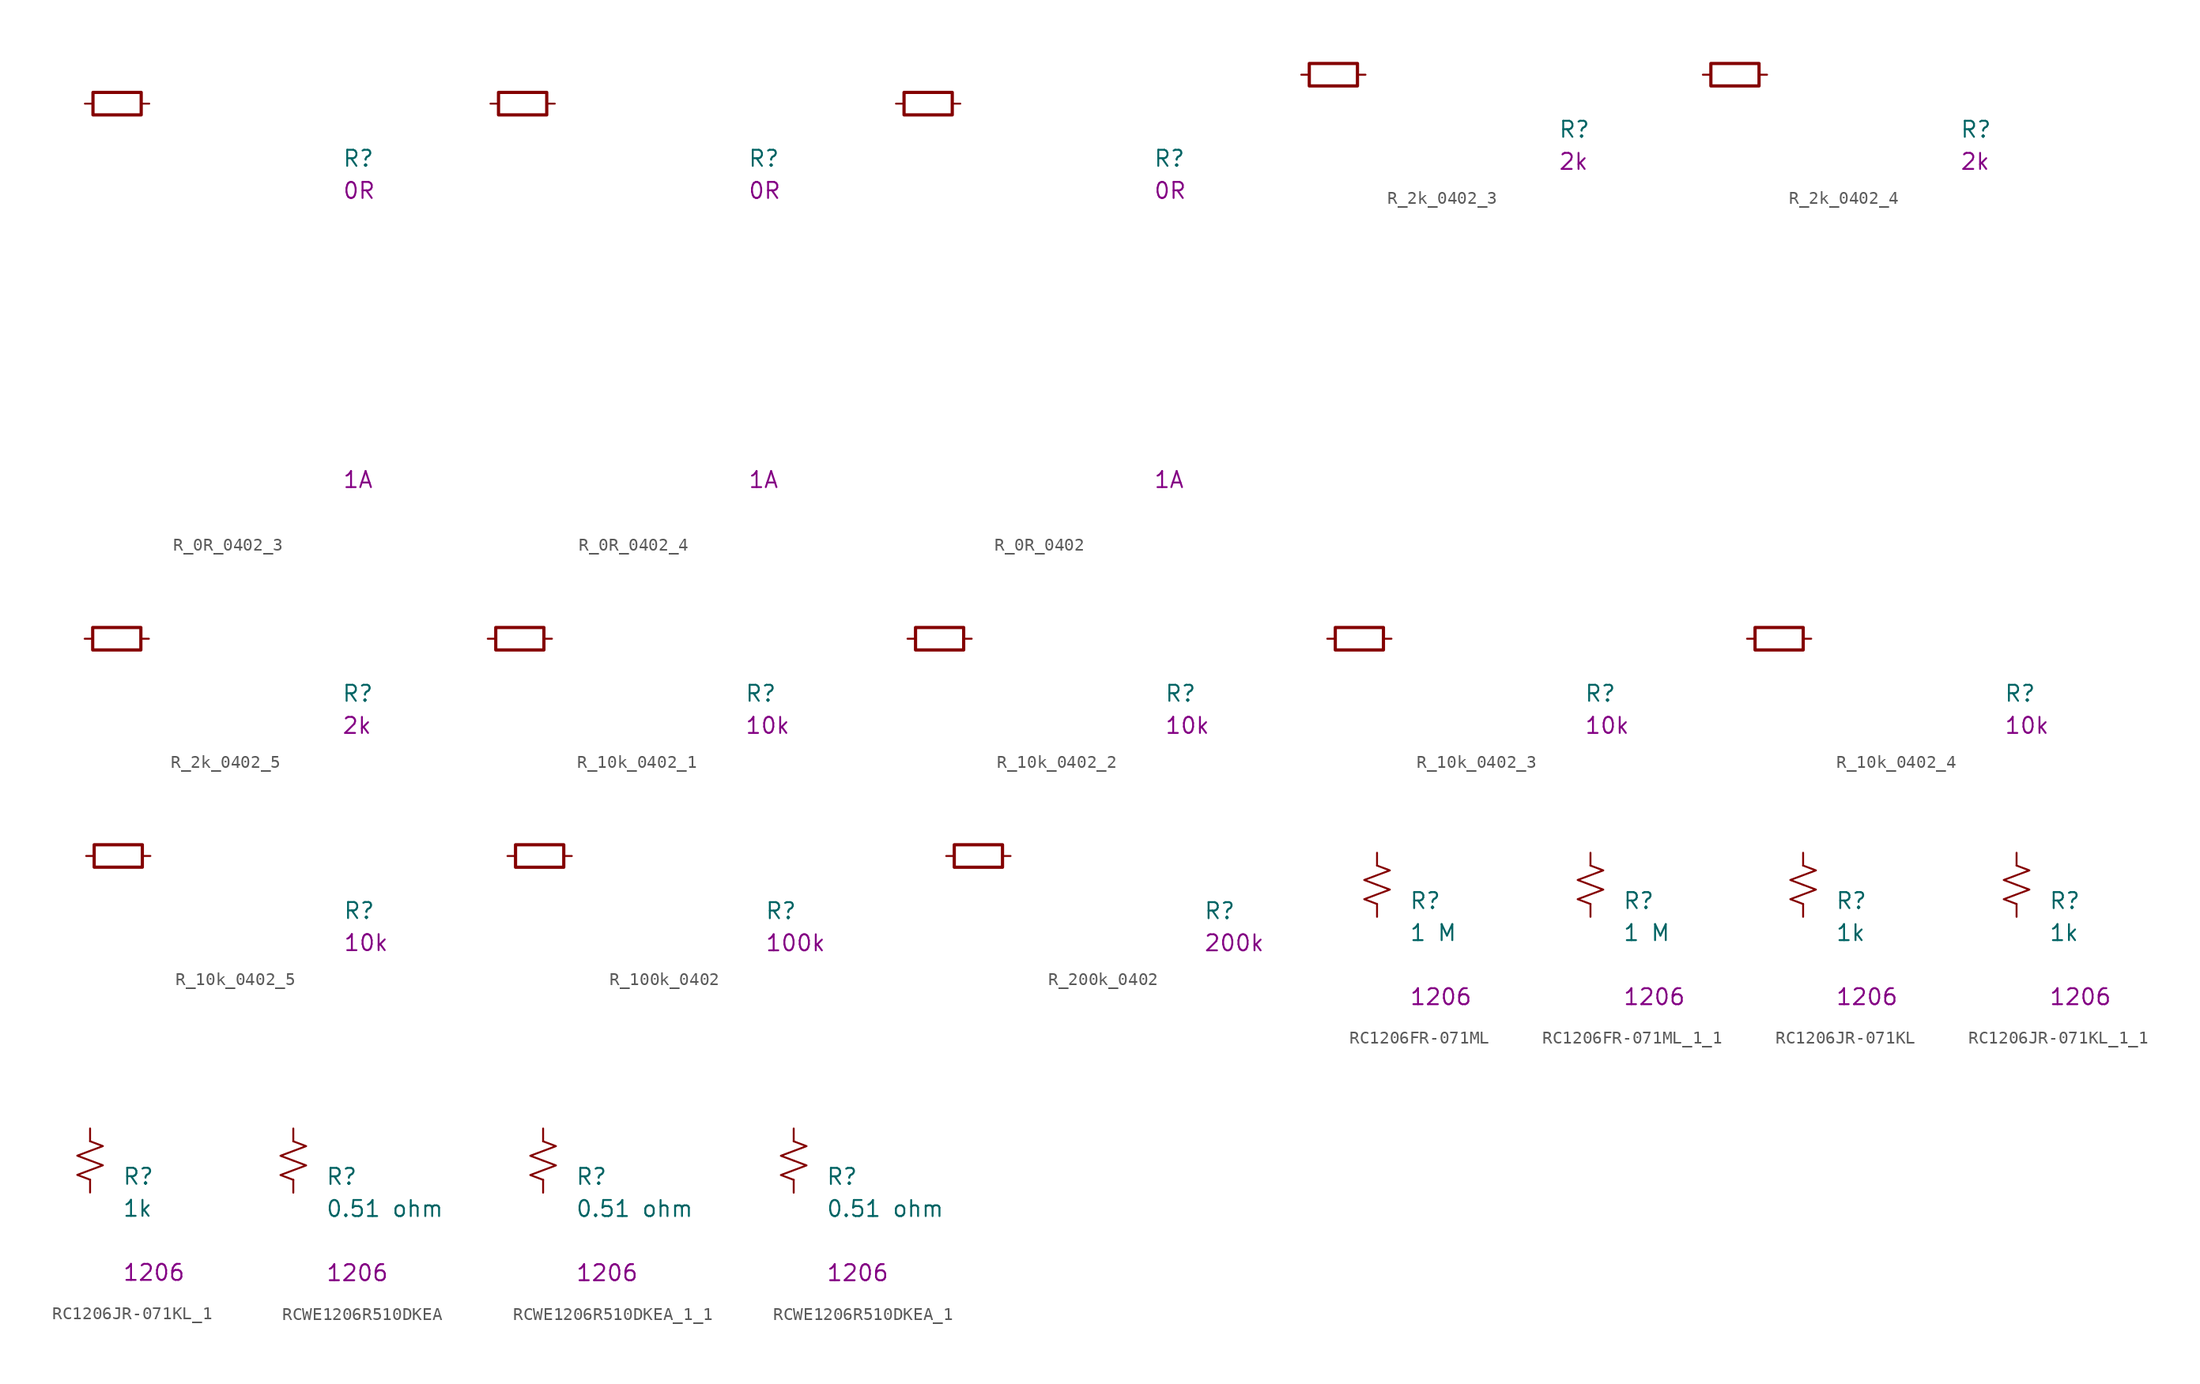
<source format=kicad_sym>
(kicad_symbol_lib
  (version 20231120)
  (generator "kicad_symbol_editor")
  (generator_version "8.0")
  (symbol "R_0R_0402_3"
    (pin_numbers hide)
    (pin_names hide)
    (property "Reference" "R"
      (at 20.32 -5.08 0)
      (effects (font (size 1.27 1.27) (thickness 0.15)) (justify left bottom)))
    (property "Val" "0R"
      (at 20.32 -7.62 0)
      (effects (font (size 1.27 1.27) (thickness 0.15)) (justify left bottom)))
    (property "Current" "1A"
      (at 20.32 -30.48 0)
      (effects (font (size 1.27 1.27) (thickness 0.15)) (justify left bottom)))
    (symbol "R_0R_0402_3_0_1"
      (rectangle (start 0.635 0.889) (end 4.445 -0.889) (stroke (width 0.254) (type default)) (fill (type none))))
    (symbol "R_0R_0402_3_1_1"
      (pin passive line (at 0 0 0) (length 0.635) (name "~" (effects (font (size 1.27 1.27)))) (number "1" (effects (font (size 1.27 1.27)))))
      (pin passive line (at 5.08 0 180) (length 0.635) (name "~" (effects (font (size 1.27 1.27)))) (number "2" (effects (font (size 1.27 1.27)))))))
  (symbol "R_0R_0402_4"
    (pin_numbers hide)
    (pin_names hide)
    (property "Reference" "R"
      (at 20.32 -5.08 0)
      (effects (font (size 1.27 1.27) (thickness 0.15)) (justify left bottom)))
    (property "Val" "0R"
      (at 20.32 -7.62 0)
      (effects (font (size 1.27 1.27) (thickness 0.15)) (justify left bottom)))
    (property "Current" "1A"
      (at 20.32 -30.48 0)
      (effects (font (size 1.27 1.27) (thickness 0.15)) (justify left bottom)))
    (symbol "R_0R_0402_4_0_1"
      (rectangle (start 0.635 0.889) (end 4.445 -0.889) (stroke (width 0.254) (type default)) (fill (type none))))
    (symbol "R_0R_0402_4_1_1"
      (pin passive line (at 0 0 0) (length 0.635) (name "~" (effects (font (size 1.27 1.27)))) (number "1" (effects (font (size 1.27 1.27)))))
      (pin passive line (at 5.08 0 180) (length 0.635) (name "~" (effects (font (size 1.27 1.27)))) (number "2" (effects (font (size 1.27 1.27)))))))
  (symbol "R_0R_0402"
    (pin_numbers hide)
    (pin_names hide)
    (property "Reference" "R"
      (at 20.32 -5.08 0)
      (effects (font (size 1.27 1.27) (thickness 0.15)) (justify left bottom)))
    (property "Val" "0R"
      (at 20.32 -7.62 0)
      (effects (font (size 1.27 1.27) (thickness 0.15)) (justify left bottom)))
    (property "Current" "1A"
      (at 20.32 -30.48 0)
      (effects (font (size 1.27 1.27) (thickness 0.15)) (justify left bottom)))
    (symbol "R_0R_0402_0_1"
      (rectangle (start 0.635 0.889) (end 4.445 -0.889) (stroke (width 0.254) (type default)) (fill (type none))))
    (symbol "R_0R_0402_1_1"
      (pin passive line (at 0 0 0) (length 0.635) (name "~" (effects (font (size 1.27 1.27)))) (number "1" (effects (font (size 1.27 1.27)))))
      (pin passive line (at 5.08 0 180) (length 0.635) (name "~" (effects (font (size 1.27 1.27)))) (number "2" (effects (font (size 1.27 1.27)))))))
  (symbol "R_2k_0402_3"
    (pin_numbers hide)
    (pin_names hide)
    (property "Reference" "R"
      (at 20.32 -5.08 0)
      (effects (font (size 1.27 1.27) (thickness 0.15)) (justify left bottom)))
    (property "Val" "2k"
      (at 20.32 -7.62 0)
      (effects (font (size 1.27 1.27) (thickness 0.15)) (justify left bottom)))
    (symbol "R_2k_0402_3_0_1"
      (rectangle (start 0.635 0.889) (end 4.445 -0.889) (stroke (width 0.254) (type default)) (fill (type none))))
    (symbol "R_2k_0402_3_1_1"
      (pin passive line (at 0 0 0) (length 0.635) (name "~" (effects (font (size 1.27 1.27)))) (number "1" (effects (font (size 1.27 1.27)))))
      (pin passive line (at 5.08 0 180) (length 0.635) (name "~" (effects (font (size 1.27 1.27)))) (number "2" (effects (font (size 1.27 1.27)))))))
  (symbol "R_2k_0402_4"
    (pin_numbers hide)
    (pin_names hide)
    (property "Reference" "R"
      (at 20.32 -5.08 0)
      (effects (font (size 1.27 1.27) (thickness 0.15)) (justify left bottom)))
    (property "Val" "2k"
      (at 20.32 -7.62 0)
      (effects (font (size 1.27 1.27) (thickness 0.15)) (justify left bottom)))
    (symbol "R_2k_0402_4_0_1"
      (rectangle (start 0.635 0.889) (end 4.445 -0.889) (stroke (width 0.254) (type default)) (fill (type none))))
    (symbol "R_2k_0402_4_1_1"
      (pin passive line (at 0 0 0) (length 0.635) (name "~" (effects (font (size 1.27 1.27)))) (number "1" (effects (font (size 1.27 1.27)))))
      (pin passive line (at 5.08 0 180) (length 0.635) (name "~" (effects (font (size 1.27 1.27)))) (number "2" (effects (font (size 1.27 1.27)))))))
  (symbol "R_2k_0402_5"
    (pin_numbers hide)
    (pin_names hide)
    (property "Reference" "R"
      (at 20.32 -5.08 0)
      (effects (font (size 1.27 1.27) (thickness 0.15)) (justify left bottom)))
    (property "Val" "2k"
      (at 20.32 -7.62 0)
      (effects (font (size 1.27 1.27) (thickness 0.15)) (justify left bottom)))
    (symbol "R_2k_0402_5_0_1"
      (rectangle (start 0.635 0.889) (end 4.445 -0.889) (stroke (width 0.254) (type default)) (fill (type none))))
    (symbol "R_2k_0402_5_1_1"
      (pin passive line (at 0 0 0) (length 0.635) (name "~" (effects (font (size 1.27 1.27)))) (number "1" (effects (font (size 1.27 1.27)))))
      (pin passive line (at 5.08 0 180) (length 0.635) (name "~" (effects (font (size 1.27 1.27)))) (number "2" (effects (font (size 1.27 1.27)))))))
  (symbol "R_10k_0402_1"
    (pin_numbers hide)
    (pin_names hide)
    (property "Reference" "R"
      (at 20.32 -5.08 0)
      (effects (font (size 1.27 1.27) (thickness 0.15)) (justify left bottom)))
    (property "Val" "10k"
      (at 20.32 -7.62 0)
      (effects (font (size 1.27 1.27) (thickness 0.15)) (justify left bottom)))
    (symbol "R_10k_0402_1_0_1"
      (rectangle (start 0.635 0.889) (end 4.445 -0.889) (stroke (width 0.254) (type default)) (fill (type none))))
    (symbol "R_10k_0402_1_1_1"
      (pin passive line (at 0 0 0) (length 0.635) (name "~" (effects (font (size 1.27 1.27)))) (number "1" (effects (font (size 1.27 1.27)))))
      (pin passive line (at 5.08 0 180) (length 0.635) (name "~" (effects (font (size 1.27 1.27)))) (number "2" (effects (font (size 1.27 1.27)))))))
  (symbol "R_10k_0402_2"
    (pin_numbers hide)
    (pin_names hide)
    (property "Reference" "R"
      (at 20.32 -5.08 0)
      (effects (font (size 1.27 1.27) (thickness 0.15)) (justify left bottom)))
    (property "Val" "10k"
      (at 20.32 -7.62 0)
      (effects (font (size 1.27 1.27) (thickness 0.15)) (justify left bottom)))
    (symbol "R_10k_0402_2_0_1"
      (rectangle (start 0.635 0.889) (end 4.445 -0.889) (stroke (width 0.254) (type default)) (fill (type none))))
    (symbol "R_10k_0402_2_1_1"
      (pin passive line (at 0 0 0) (length 0.635) (name "~" (effects (font (size 1.27 1.27)))) (number "1" (effects (font (size 1.27 1.27)))))
      (pin passive line (at 5.08 0 180) (length 0.635) (name "~" (effects (font (size 1.27 1.27)))) (number "2" (effects (font (size 1.27 1.27)))))))
  (symbol "R_10k_0402_3"
    (pin_numbers hide)
    (pin_names hide)
    (property "Reference" "R"
      (at 20.32 -5.08 0)
      (effects (font (size 1.27 1.27) (thickness 0.15)) (justify left bottom)))
    (property "Val" "10k"
      (at 20.32 -7.62 0)
      (effects (font (size 1.27 1.27) (thickness 0.15)) (justify left bottom)))
    (symbol "R_10k_0402_3_0_1"
      (rectangle (start 0.635 0.889) (end 4.445 -0.889) (stroke (width 0.254) (type default)) (fill (type none))))
    (symbol "R_10k_0402_3_1_1"
      (pin passive line (at 0 0 0) (length 0.635) (name "~" (effects (font (size 1.27 1.27)))) (number "1" (effects (font (size 1.27 1.27)))))
      (pin passive line (at 5.08 0 180) (length 0.635) (name "~" (effects (font (size 1.27 1.27)))) (number "2" (effects (font (size 1.27 1.27)))))))
  (symbol "R_10k_0402_4"
    (pin_numbers hide)
    (pin_names hide)
    (property "Reference" "R"
      (at 20.32 -5.08 0)
      (effects (font (size 1.27 1.27) (thickness 0.15)) (justify left bottom)))
    (property "Val" "10k"
      (at 20.32 -7.62 0)
      (effects (font (size 1.27 1.27) (thickness 0.15)) (justify left bottom)))
    (symbol "R_10k_0402_4_0_1"
      (rectangle (start 0.635 0.889) (end 4.445 -0.889) (stroke (width 0.254) (type default)) (fill (type none))))
    (symbol "R_10k_0402_4_1_1"
      (pin passive line (at 0 0 0) (length 0.635) (name "~" (effects (font (size 1.27 1.27)))) (number "1" (effects (font (size 1.27 1.27)))))
      (pin passive line (at 5.08 0 180) (length 0.635) (name "~" (effects (font (size 1.27 1.27)))) (number "2" (effects (font (size 1.27 1.27)))))))
  (symbol "R_10k_0402_5"
    (pin_numbers hide)
    (pin_names hide)
    (property "Reference" "R"
      (at 20.32 -5.08 0)
      (effects (font (size 1.27 1.27) (thickness 0.15)) (justify left bottom)))
    (property "Val" "10k"
      (at 20.32 -7.62 0)
      (effects (font (size 1.27 1.27) (thickness 0.15)) (justify left bottom)))
    (symbol "R_10k_0402_5_0_1"
      (rectangle (start 0.635 0.889) (end 4.445 -0.889) (stroke (width 0.254) (type default)) (fill (type none))))
    (symbol "R_10k_0402_5_1_1"
      (pin passive line (at 0 0 0) (length 0.635) (name "~" (effects (font (size 1.27 1.27)))) (number "1" (effects (font (size 1.27 1.27)))))
      (pin passive line (at 5.08 0 180) (length 0.635) (name "~" (effects (font (size 1.27 1.27)))) (number "2" (effects (font (size 1.27 1.27)))))))
  (symbol "R_100k_0402"
    (pin_numbers hide)
    (pin_names hide)
    (property "Reference" "R"
      (at 20.32 -5.08 0)
      (effects (font (size 1.27 1.27) (thickness 0.15)) (justify left bottom)))
    (property "Val" "100k"
      (at 20.32 -7.62 0)
      (effects (font (size 1.27 1.27) (thickness 0.15)) (justify left bottom)))
    (symbol "R_100k_0402_0_1"
      (rectangle (start 0.635 0.889) (end 4.445 -0.889) (stroke (width 0.254) (type default)) (fill (type none))))
    (symbol "R_100k_0402_1_1"
      (pin passive line (at 0 0 0) (length 0.635) (name "~" (effects (font (size 1.27 1.27)))) (number "1" (effects (font (size 1.27 1.27)))))
      (pin passive line (at 5.08 0 180) (length 0.635) (name "~" (effects (font (size 1.27 1.27)))) (number "2" (effects (font (size 1.27 1.27)))))))
  (symbol "R_200k_0402"
    (pin_numbers hide)
    (pin_names hide)
    (property "Reference" "R"
      (at 20.32 -5.08 0)
      (effects (font (size 1.27 1.27) (thickness 0.15)) (justify left bottom)))
    (property "Val" "200k"
      (at 20.32 -7.62 0)
      (effects (font (size 1.27 1.27) (thickness 0.15)) (justify left bottom)))
    (symbol "R_200k_0402_0_1"
      (rectangle (start 0.635 0.889) (end 4.445 -0.889) (stroke (width 0.254) (type default)) (fill (type none))))
    (symbol "R_200k_0402_1_1"
      (pin passive line (at 0 0 0) (length 0.635) (name "~" (effects (font (size 1.27 1.27)))) (number "1" (effects (font (size 1.27 1.27)))))
      (pin passive line (at 5.08 0 180) (length 0.635) (name "~" (effects (font (size 1.27 1.27)))) (number "2" (effects (font (size 1.27 1.27)))))))
  (symbol "RC1206FR-071ML"
    (pin_numbers hide)
    (pin_names
      (offset 0.254) hide)
    (property "Reference" "R"
      (at 2.54 -1.27 0)
      (effects (font (size 1.27 1.27)) (justify left)))
    (property "Value" "1 M"
      (at 2.54 -3.81 0)
      (effects (font (size 1.27 1.27)) (justify left)))
    (property "Chip Set" "1206"
      (at 2.54 -8.89 0)
      (effects (font (size 1.27 1.27)) (justify left)))
    (symbol "RC1206FR-071ML_1_1"
      (polyline (pts (xy 0 0) (xy 1.016 -0.381) (xy 0 -0.762) (xy -1.016 -1.143) (xy 0 -1.524)) (stroke (width 0) (type solid)) (fill (type none)))
      (polyline (pts (xy 0 1.524) (xy 1.016 1.143) (xy 0 0.762) (xy -1.016 0.381) (xy 0 0)) (stroke (width 0) (type solid)) (fill (type none)))
      (pin passive line (at 0 2.54 270) (length 1.016) (name "~" (effects (font (size 1.27 1.27)))) (number "1" (effects (font (size 1.27 1.27)))))
      (pin passive line (at 0 -2.54 90) (length 1.016) (name "~" (effects (font (size 1.27 1.27)))) (number "2" (effects (font (size 1.27 1.27)))))))
  (symbol "RC1206FR-071ML_1_1"
    (pin_numbers hide)
    (pin_names
      (offset 0.254) hide)
    (property "Reference" "R"
      (at 2.54 -1.27 0)
      (effects (font (size 1.27 1.27)) (justify left)))
    (property "Value" "1 M"
      (at 2.54 -3.81 0)
      (effects (font (size 1.27 1.27)) (justify left)))
    (property "Chip Set" "1206"
      (at 2.54 -8.89 0)
      (effects (font (size 1.27 1.27)) (justify left)))
    (symbol "RC1206FR-071ML_1_1_1_1"
      (polyline (pts (xy 0 0) (xy 1.016 -0.381) (xy 0 -0.762) (xy -1.016 -1.143) (xy 0 -1.524)) (stroke (width 0) (type default)) (fill (type none)))
      (polyline (pts (xy 0 1.524) (xy 1.016 1.143) (xy 0 0.762) (xy -1.016 0.381) (xy 0 0)) (stroke (width 0) (type default)) (fill (type none)))
      (pin passive line (at 0 2.54 270) (length 1.016) (name "~" (effects (font (size 1.27 1.27)))) (number "1" (effects (font (size 1.27 1.27)))))
      (pin passive line (at 0 -2.54 90) (length 1.016) (name "~" (effects (font (size 1.27 1.27)))) (number "2" (effects (font (size 1.27 1.27)))))))
  (symbol "RC1206JR-071KL"
    (pin_numbers hide)
    (pin_names
      (offset 0.254) hide)
    (property "Reference" "R"
      (at 2.54 -1.27 0)
      (effects (font (size 1.27 1.27)) (justify left)))
    (property "Value" "1k"
      (at 2.54 -3.81 0)
      (effects (font (size 1.27 1.27)) (justify left)))
    (property "Chip Set" "1206"
      (at 2.54 -8.89 0)
      (effects (font (size 1.27 1.27)) (justify left)))
    (symbol "RC1206JR-071KL_1_1"
      (polyline (pts (xy 0 0) (xy 1.016 -0.381) (xy 0 -0.762) (xy -1.016 -1.143) (xy 0 -1.524)) (stroke (width 0) (type solid)) (fill (type none)))
      (polyline (pts (xy 0 1.524) (xy 1.016 1.143) (xy 0 0.762) (xy -1.016 0.381) (xy 0 0)) (stroke (width 0) (type solid)) (fill (type none)))
      (pin passive line (at 0 2.54 270) (length 1.016) (name "~" (effects (font (size 1.27 1.27)))) (number "1" (effects (font (size 1.27 1.27)))))
      (pin passive line (at 0 -2.54 90) (length 1.016) (name "~" (effects (font (size 1.27 1.27)))) (number "2" (effects (font (size 1.27 1.27)))))))
  (symbol "RC1206JR-071KL_1_1"
    (pin_numbers hide)
    (pin_names
      (offset 0.254) hide)
    (property "Reference" "R"
      (at 2.54 -1.27 0)
      (effects (font (size 1.27 1.27)) (justify left)))
    (property "Value" "1k"
      (at 2.54 -3.81 0)
      (effects (font (size 1.27 1.27)) (justify left)))
    (property "Chip Set" "1206"
      (at 2.54 -8.89 0)
      (effects (font (size 1.27 1.27)) (justify left)))
    (symbol "RC1206JR-071KL_1_1_1_1"
      (polyline (pts (xy 0 0) (xy 1.016 -0.381) (xy 0 -0.762) (xy -1.016 -1.143) (xy 0 -1.524)) (stroke (width 0) (type default)) (fill (type none)))
      (polyline (pts (xy 0 1.524) (xy 1.016 1.143) (xy 0 0.762) (xy -1.016 0.381) (xy 0 0)) (stroke (width 0) (type default)) (fill (type none)))
      (pin passive line (at 0 2.54 270) (length 1.016) (name "~" (effects (font (size 1.27 1.27)))) (number "1" (effects (font (size 1.27 1.27)))))
      (pin passive line (at 0 -2.54 90) (length 1.016) (name "~" (effects (font (size 1.27 1.27)))) (number "2" (effects (font (size 1.27 1.27)))))))
  (symbol "RC1206JR-071KL_1"
    (pin_numbers hide)
    (pin_names
      (offset 0.254) hide)
    (property "Reference" "R"
      (at 2.54 -1.27 0)
      (effects (font (size 1.27 1.27)) (justify left)))
    (property "Value" "1k"
      (at 2.54 -3.81 0)
      (effects (font (size 1.27 1.27)) (justify left)))
    (property "Chip Set" "1206"
      (at 2.54 -8.89 0)
      (effects (font (size 1.27 1.27)) (justify left)))
    (symbol "RC1206JR-071KL_1_1_1"
      (polyline (pts (xy 0 0) (xy 1.016 -0.381) (xy 0 -0.762) (xy -1.016 -1.143) (xy 0 -1.524)) (stroke (width 0) (type default)) (fill (type none)))
      (polyline (pts (xy 0 1.524) (xy 1.016 1.143) (xy 0 0.762) (xy -1.016 0.381) (xy 0 0)) (stroke (width 0) (type default)) (fill (type none)))
      (pin passive line (at 0 2.54 270) (length 1.016) (name "~" (effects (font (size 1.27 1.27)))) (number "1" (effects (font (size 1.27 1.27)))))
      (pin passive line (at 0 -2.54 90) (length 1.016) (name "~" (effects (font (size 1.27 1.27)))) (number "2" (effects (font (size 1.27 1.27)))))))
  (symbol "RCWE1206R510DKEA"
    (pin_numbers hide)
    (pin_names
      (offset 0.254) hide)
    (property "Reference" "R"
      (at 2.54 -1.27 0)
      (effects (font (size 1.27 1.27)) (justify left)))
    (property "Value" "0.51 ohm"
      (at 2.54 -3.81 0)
      (effects (font (size 1.27 1.27)) (justify left)))
    (property "Chip Set" "1206"
      (at 2.54 -8.89 0)
      (effects (font (size 1.27 1.27)) (justify left)))
    (symbol "RCWE1206R510DKEA_1_1"
      (polyline (pts (xy 0 0) (xy 1.016 -0.381) (xy 0 -0.762) (xy -1.016 -1.143) (xy 0 -1.524)) (stroke (width 0) (type solid)) (fill (type none)))
      (polyline (pts (xy 0 1.524) (xy 1.016 1.143) (xy 0 0.762) (xy -1.016 0.381) (xy 0 0)) (stroke (width 0) (type solid)) (fill (type none)))
      (pin passive line (at 0 2.54 270) (length 1.016) (name "~" (effects (font (size 1.27 1.27)))) (number "1" (effects (font (size 1.27 1.27)))))
      (pin passive line (at 0 -2.54 90) (length 1.016) (name "~" (effects (font (size 1.27 1.27)))) (number "2" (effects (font (size 1.27 1.27)))))))
  (symbol "RCWE1206R510DKEA_1_1"
    (pin_numbers hide)
    (pin_names
      (offset 0.254) hide)
    (property "Reference" "R"
      (at 2.54 -1.27 0)
      (effects (font (size 1.27 1.27)) (justify left)))
    (property "Value" "0.51 ohm"
      (at 2.54 -3.81 0)
      (effects (font (size 1.27 1.27)) (justify left)))
    (property "Chip Set" "1206"
      (at 2.54 -8.89 0)
      (effects (font (size 1.27 1.27)) (justify left)))
    (symbol "RCWE1206R510DKEA_1_1_1_1"
      (polyline (pts (xy 0 0) (xy 1.016 -0.381) (xy 0 -0.762) (xy -1.016 -1.143) (xy 0 -1.524)) (stroke (width 0) (type default)) (fill (type none)))
      (polyline (pts (xy 0 1.524) (xy 1.016 1.143) (xy 0 0.762) (xy -1.016 0.381) (xy 0 0)) (stroke (width 0) (type default)) (fill (type none)))
      (pin passive line (at 0 2.54 270) (length 1.016) (name "~" (effects (font (size 1.27 1.27)))) (number "1" (effects (font (size 1.27 1.27)))))
      (pin passive line (at 0 -2.54 90) (length 1.016) (name "~" (effects (font (size 1.27 1.27)))) (number "2" (effects (font (size 1.27 1.27)))))))
  (symbol "RCWE1206R510DKEA_1"
    (pin_numbers hide)
    (pin_names
      (offset 0.254) hide)
    (property "Reference" "R"
      (at 2.54 -1.27 0)
      (effects (font (size 1.27 1.27)) (justify left)))
    (property "Value" "0.51 ohm"
      (at 2.54 -3.81 0)
      (effects (font (size 1.27 1.27)) (justify left)))
    (property "Chip Set" "1206"
      (at 2.54 -8.89 0)
      (effects (font (size 1.27 1.27)) (justify left)))
    (symbol "RCWE1206R510DKEA_1_1_1"
      (polyline (pts (xy 0 0) (xy 1.016 -0.381) (xy 0 -0.762) (xy -1.016 -1.143) (xy 0 -1.524)) (stroke (width 0) (type default)) (fill (type none)))
      (polyline (pts (xy 0 1.524) (xy 1.016 1.143) (xy 0 0.762) (xy -1.016 0.381) (xy 0 0)) (stroke (width 0) (type default)) (fill (type none)))
      (pin passive line (at 0 2.54 270) (length 1.016) (name "~" (effects (font (size 1.27 1.27)))) (number "1" (effects (font (size 1.27 1.27)))))
      (pin passive line (at 0 -2.54 90) (length 1.016) (name "~" (effects (font (size 1.27 1.27)))) (number "2" (effects (font (size 1.27 1.27))))))))
</source>
